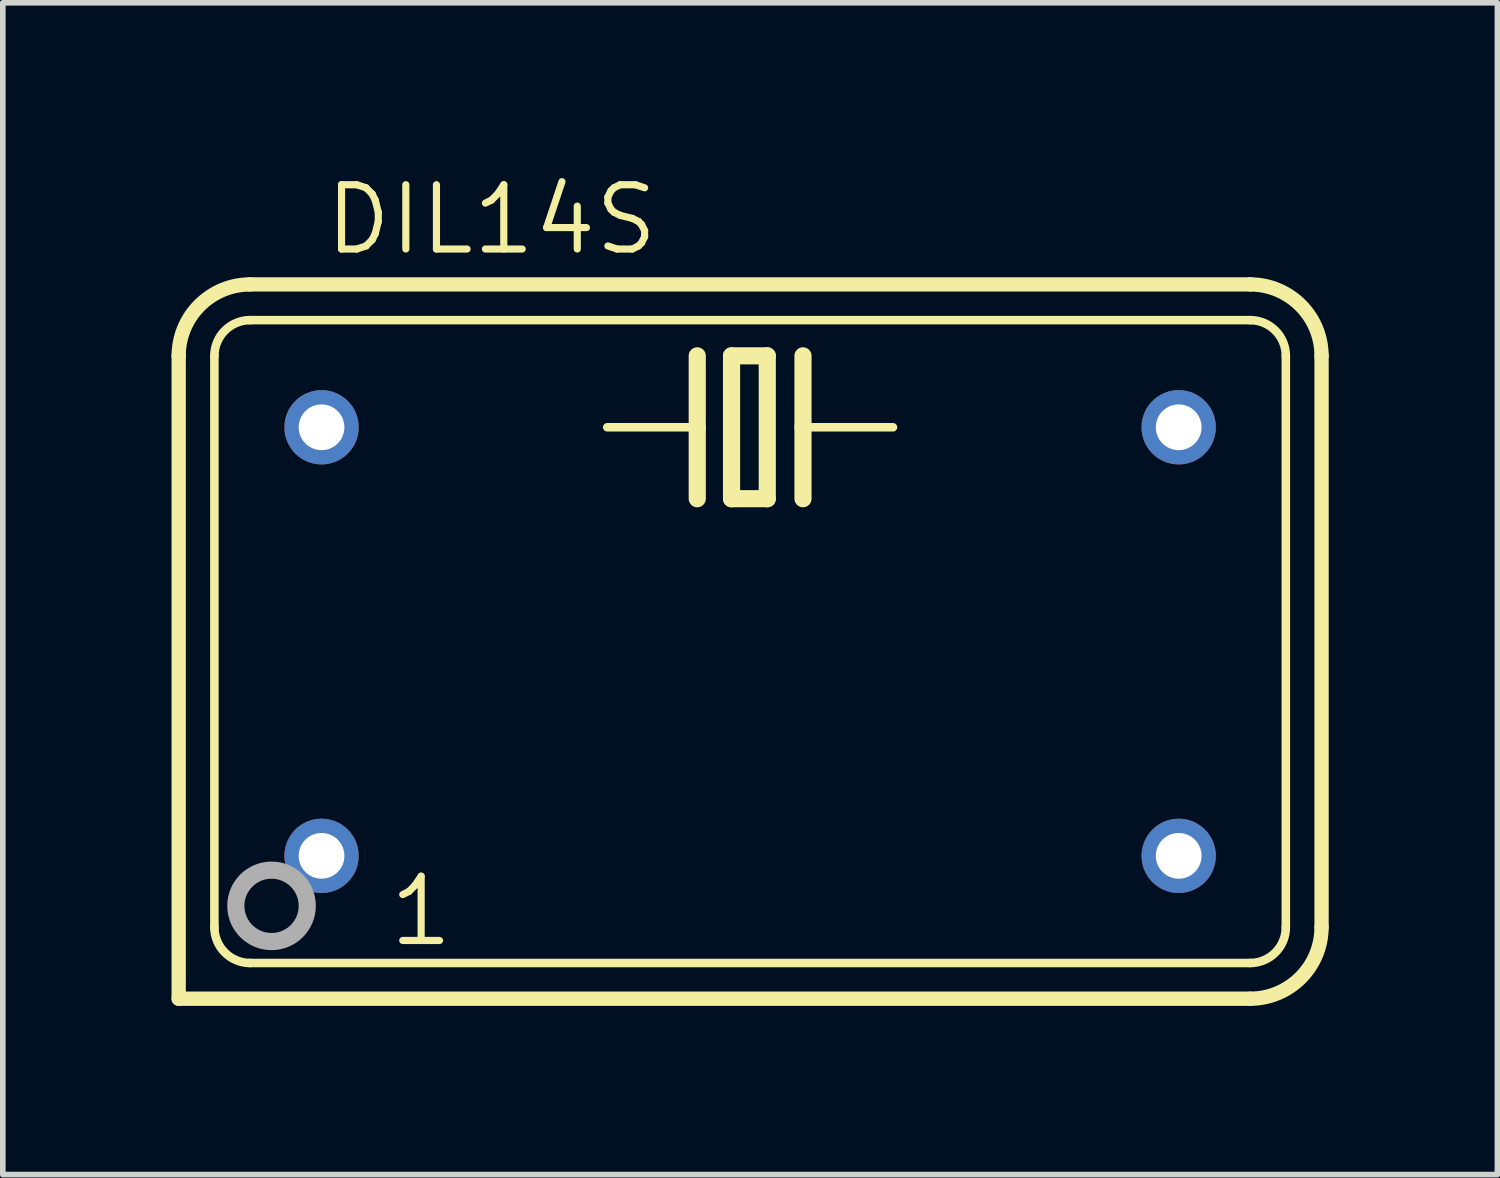
<source format=kicad_pcb>
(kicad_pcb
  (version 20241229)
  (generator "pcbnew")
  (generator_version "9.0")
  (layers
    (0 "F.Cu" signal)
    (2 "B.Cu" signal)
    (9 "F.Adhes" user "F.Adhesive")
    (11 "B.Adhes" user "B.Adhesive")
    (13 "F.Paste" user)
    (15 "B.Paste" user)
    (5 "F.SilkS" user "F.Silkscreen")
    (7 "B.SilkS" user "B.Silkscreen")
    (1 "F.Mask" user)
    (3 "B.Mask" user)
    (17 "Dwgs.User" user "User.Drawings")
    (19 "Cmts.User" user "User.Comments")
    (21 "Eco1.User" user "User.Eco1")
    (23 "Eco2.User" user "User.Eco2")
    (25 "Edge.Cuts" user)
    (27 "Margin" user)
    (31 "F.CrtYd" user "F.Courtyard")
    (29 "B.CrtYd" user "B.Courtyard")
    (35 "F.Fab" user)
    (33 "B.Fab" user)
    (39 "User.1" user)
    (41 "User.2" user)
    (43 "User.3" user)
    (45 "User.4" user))
  (footprint "DIL14S"
    (layer "F.Cu")
    (at 10.287 8.357)
    (property "Reference" "DIL14S" (at -7.62 -6.833 0) (unlocked yes) (layer "F.SilkS") (effects (font (size 1.143 1.143) (thickness 0.127)) (justify left bottom)))
    (fp_line (start -10.16 6.35) (end -10.16 -5.08) (stroke (width 0.254) (type solid)) (layer "F.SilkS"))
    (fp_line (start -10.16 6.35) (end 8.89 6.35) (stroke (width 0.254) (type solid)) (layer "F.SilkS"))
    (fp_line (start -9.525 -5.08) (end -9.525 5.08) (stroke (width 0.152) (type solid)) (layer "F.SilkS"))
    (fp_line (start -8.89 5.715) (end 8.89 5.715) (stroke (width 0.152) (type solid)) (layer "F.SilkS"))
    (fp_line (start -0.94 -5.08) (end -0.94 -3.81) (stroke (width 0.305) (type solid)) (layer "F.SilkS"))
    (fp_line (start -0.94 -3.81) (end -2.54 -3.81) (stroke (width 0.152) (type solid)) (layer "F.SilkS"))
    (fp_line (start -0.94 -3.81) (end -0.94 -2.54) (stroke (width 0.305) (type solid)) (layer "F.SilkS"))
    (fp_line (start -0.33 -5.08) (end -0.33 -2.54) (stroke (width 0.305) (type solid)) (layer "F.SilkS"))
    (fp_line (start -0.33 -2.54) (end 0.305 -2.54) (stroke (width 0.305) (type solid)) (layer "F.SilkS"))
    (fp_line (start 0.305 -5.08) (end -0.33 -5.08) (stroke (width 0.305) (type solid)) (layer "F.SilkS"))
    (fp_line (start 0.305 -2.54) (end 0.305 -5.08) (stroke (width 0.305) (type solid)) (layer "F.SilkS"))
    (fp_line (start 0.94 -5.08) (end 0.94 -3.81) (stroke (width 0.305) (type solid)) (layer "F.SilkS"))
    (fp_line (start 0.94 -3.81) (end 0.94 -2.54) (stroke (width 0.305) (type solid)) (layer "F.SilkS"))
    (fp_line (start 0.94 -3.81) (end 2.54 -3.81) (stroke (width 0.152) (type solid)) (layer "F.SilkS"))
    (fp_line (start 8.89 -6.35) (end -8.89 -6.35) (stroke (width 0.254) (type solid)) (layer "F.SilkS"))
    (fp_line (start 8.89 -5.715) (end -8.89 -5.715) (stroke (width 0.152) (type solid)) (layer "F.SilkS"))
    (fp_line (start 9.525 5.08) (end 9.525 -5.08) (stroke (width 0.152) (type solid)) (layer "F.SilkS"))
    (fp_line (start 10.16 5.08) (end 10.16 -5.08) (stroke (width 0.254) (type solid)) (layer "F.SilkS"))
    (fp_arc (start -10.16 -5.08) (mid -9.788026 -5.978026) (end -8.89 -6.35) (stroke (width 0.254) (type solid)) (layer "F.SilkS"))
    (fp_arc (start -9.525 -5.08) (mid -9.339013 -5.529013) (end -8.89 -5.715) (stroke (width 0.1524) (type solid)) (layer "F.SilkS"))
    (fp_arc (start -8.89 5.715) (mid -9.339013 5.529013) (end -9.525 5.08) (stroke (width 0.1524) (type solid)) (layer "F.SilkS"))
    (fp_arc (start 8.89 -6.35) (mid 9.788026 -5.978026) (end 10.16 -5.08) (stroke (width 0.254) (type solid)) (layer "F.SilkS"))
    (fp_arc (start 8.89 -5.715) (mid 9.339013 -5.529013) (end 9.525 -5.08) (stroke (width 0.1524) (type solid)) (layer "F.SilkS"))
    (fp_arc (start 9.525 5.08) (mid 9.339013 5.529013) (end 8.89 5.715) (stroke (width 0.1524) (type solid)) (layer "F.SilkS"))
    (fp_arc (start 10.16 5.08) (mid 9.788026 5.978026) (end 8.89 6.35) (stroke (width 0.254) (type solid)) (layer "F.SilkS"))
    (fp_circle (center -8.509 4.699) (end -7.874 4.699) (stroke (width 0.305) (type solid)) (fill no) (layer "F.Fab"))
    (fp_text user "1" (at -6.477 5.461 0) (unlocked yes) (layer "F.SilkS") (effects (font (size 1.143 1.143) (thickness 0.127)) (justify left bottom)))
    (pad "1" thru_hole circle (at -7.62 3.81) (size 1.321 1.321) (drill 0.813) (layers "*.Cu" "*.Mask"))
    (pad "7" thru_hole circle (at 7.62 3.81) (size 1.321 1.321) (drill 0.813) (layers "*.Cu" "*.Mask"))
    (pad "8" thru_hole circle (at 7.62 -3.81) (size 1.321 1.321) (drill 0.813) (layers "*.Cu" "*.Mask"))
    (pad "14" thru_hole circle (at -7.62 -3.81) (size 1.321 1.321) (drill 0.813) (layers "*.Cu" "*.Mask")))
  (gr_rect
    (start -3 -3)
    (end 23.574 17.834)
    (stroke (width 0.1) (type default))
    (fill no)
    (layer "Edge.Cuts")))
</source>
